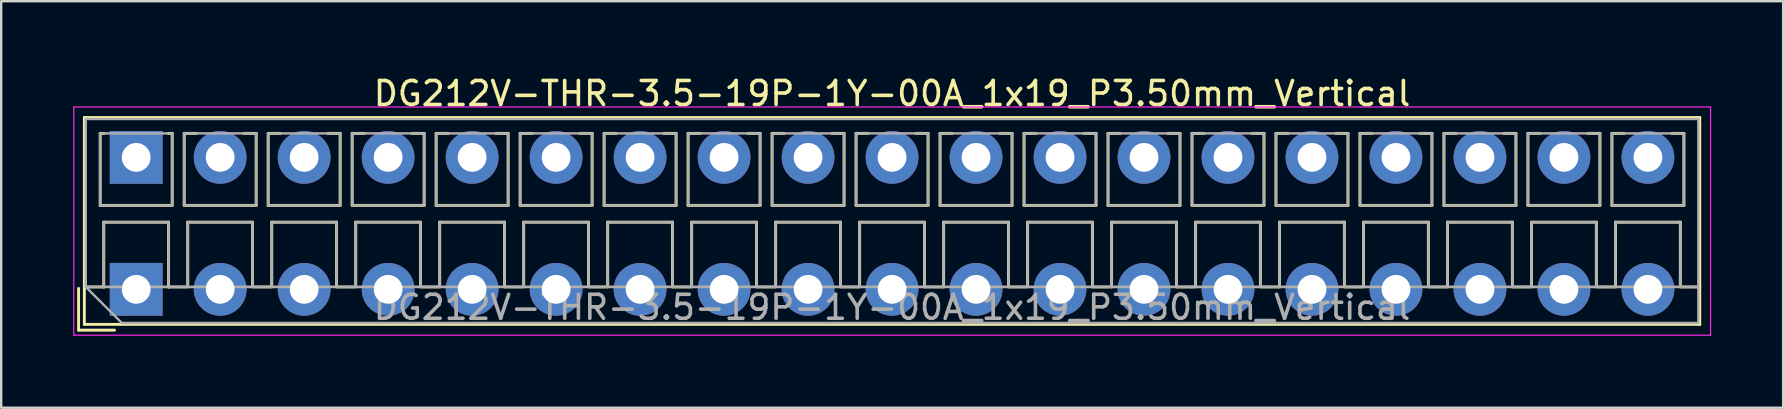
<source format=kicad_pcb>
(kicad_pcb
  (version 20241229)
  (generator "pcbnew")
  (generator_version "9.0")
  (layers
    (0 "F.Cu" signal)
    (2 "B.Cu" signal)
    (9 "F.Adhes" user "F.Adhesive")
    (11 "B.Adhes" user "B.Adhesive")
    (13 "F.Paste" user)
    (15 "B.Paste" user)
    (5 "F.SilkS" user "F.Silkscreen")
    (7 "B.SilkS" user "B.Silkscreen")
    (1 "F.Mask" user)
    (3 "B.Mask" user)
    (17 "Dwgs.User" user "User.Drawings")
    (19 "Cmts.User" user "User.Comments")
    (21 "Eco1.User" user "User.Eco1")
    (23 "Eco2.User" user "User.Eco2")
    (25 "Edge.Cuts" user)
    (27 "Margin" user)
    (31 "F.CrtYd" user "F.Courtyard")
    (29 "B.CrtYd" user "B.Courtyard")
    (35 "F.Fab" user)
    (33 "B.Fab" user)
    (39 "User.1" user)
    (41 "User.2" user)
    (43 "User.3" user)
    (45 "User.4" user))
  (footprint "DG212V-THR-3.5-19P-1Y-00A_1x19_P3.50mm_Vertical"
    (layer "F.Cu")
    (at 2.625 9.008)
    (property "Reference" "DG212V-THR-3.5-19P-1Y-00A_1x19_P3.50mm_Vertical" (at 31.5 -8.16 0) (layer "F.SilkS") (effects (font (size 1 1) (thickness 0.15))))
    (attr through_hole)
    (fp_line (start -2.4 -0.04) (end -2.4 1.7) (stroke (width 0.12) (type solid)) (layer "F.SilkS"))
    (fp_line (start -2.4 1.7) (end -0.9 1.7) (stroke (width 0.12) (type solid)) (layer "F.SilkS"))
    (fp_line (start -2.16 -7.16) (end -2.16 1.46) (stroke (width 0.12) (type solid)) (layer "F.SilkS"))
    (fp_line (start -2.16 -7.16) (end 65.161 -7.16) (stroke (width 0.12) (type solid)) (layer "F.SilkS"))
    (fp_line (start -2.16 -0.1) (end -1.34 -0.1) (stroke (width 0.12) (type solid)) (layer "F.SilkS"))
    (fp_line (start -2.16 1.46) (end 65.161 1.46) (stroke (width 0.12) (type solid)) (layer "F.SilkS"))
    (fp_line (start -1.5 -6.5) (end -1.5 -3.5) (stroke (width 0.12) (type solid)) (layer "F.SilkS"))
    (fp_line (start -1.5 -6.5) (end -1.34 -6.5) (stroke (width 0.12) (type solid)) (layer "F.SilkS"))
    (fp_line (start -1.5 -3.5) (end 1.5 -3.5) (stroke (width 0.12) (type solid)) (layer "F.SilkS"))
    (fp_line (start -1.35 -2.8) (end -1.35 -0.1) (stroke (width 0.12) (type solid)) (layer "F.SilkS"))
    (fp_line (start -1.35 -2.8) (end 1.35 -2.8) (stroke (width 0.12) (type solid)) (layer "F.SilkS"))
    (fp_line (start -1.35 -0.1) (end -1.34 -0.1) (stroke (width 0.12) (type solid)) (layer "F.SilkS"))
    (fp_line (start 1.34 -6.5) (end 1.5 -6.5) (stroke (width 0.12) (type solid)) (layer "F.SilkS"))
    (fp_line (start 1.34 -0.1) (end 1.35 -0.1) (stroke (width 0.12) (type solid)) (layer "F.SilkS"))
    (fp_line (start 1.34 -0.1) (end 2.148 -0.1) (stroke (width 0.12) (type solid)) (layer "F.SilkS"))
    (fp_line (start 1.35 -2.8) (end 1.35 -0.1) (stroke (width 0.12) (type solid)) (layer "F.SilkS"))
    (fp_line (start 1.5 -6.5) (end 1.5 -3.5) (stroke (width 0.12) (type solid)) (layer "F.SilkS"))
    (fp_line (start 2 -6.5) (end 2 -3.5) (stroke (width 0.12) (type solid)) (layer "F.SilkS"))
    (fp_line (start 2 -6.5) (end 2.512 -6.5) (stroke (width 0.12) (type solid)) (layer "F.SilkS"))
    (fp_line (start 2 -3.5) (end 5 -3.5) (stroke (width 0.12) (type solid)) (layer "F.SilkS"))
    (fp_line (start 2.15 -2.8) (end 2.15 -0.183) (stroke (width 0.12) (type solid)) (layer "F.SilkS"))
    (fp_line (start 2.15 -2.8) (end 4.85 -2.8) (stroke (width 0.12) (type solid)) (layer "F.SilkS"))
    (fp_line (start 4.489 -6.5) (end 5 -6.5) (stroke (width 0.12) (type solid)) (layer "F.SilkS"))
    (fp_line (start 4.85 -2.8) (end 4.85 -0.183) (stroke (width 0.12) (type solid)) (layer "F.SilkS"))
    (fp_line (start 4.853 -0.1) (end 5.648 -0.1) (stroke (width 0.12) (type solid)) (layer "F.SilkS"))
    (fp_line (start 5 -6.5) (end 5 -3.5) (stroke (width 0.12) (type solid)) (layer "F.SilkS"))
    (fp_line (start 5.5 -6.5) (end 5.5 -3.5) (stroke (width 0.12) (type solid)) (layer "F.SilkS"))
    (fp_line (start 5.5 -6.5) (end 6.012 -6.5) (stroke (width 0.12) (type solid)) (layer "F.SilkS"))
    (fp_line (start 5.5 -3.5) (end 8.5 -3.5) (stroke (width 0.12) (type solid)) (layer "F.SilkS"))
    (fp_line (start 5.65 -2.8) (end 5.65 -0.183) (stroke (width 0.12) (type solid)) (layer "F.SilkS"))
    (fp_line (start 5.65 -2.8) (end 8.351 -2.8) (stroke (width 0.12) (type solid)) (layer "F.SilkS"))
    (fp_line (start 7.989 -6.5) (end 8.5 -6.5) (stroke (width 0.12) (type solid)) (layer "F.SilkS"))
    (fp_line (start 8.351 -2.8) (end 8.351 -0.183) (stroke (width 0.12) (type solid)) (layer "F.SilkS"))
    (fp_line (start 8.353 -0.1) (end 9.148 -0.1) (stroke (width 0.12) (type solid)) (layer "F.SilkS"))
    (fp_line (start 8.5 -6.5) (end 8.5 -3.5) (stroke (width 0.12) (type solid)) (layer "F.SilkS"))
    (fp_line (start 9 -6.5) (end 9 -3.5) (stroke (width 0.12) (type solid)) (layer "F.SilkS"))
    (fp_line (start 9 -6.5) (end 9.512 -6.5) (stroke (width 0.12) (type solid)) (layer "F.SilkS"))
    (fp_line (start 9 -3.5) (end 12 -3.5) (stroke (width 0.12) (type solid)) (layer "F.SilkS"))
    (fp_line (start 9.15 -2.8) (end 9.15 -0.183) (stroke (width 0.12) (type solid)) (layer "F.SilkS"))
    (fp_line (start 9.15 -2.8) (end 11.851 -2.8) (stroke (width 0.12) (type solid)) (layer "F.SilkS"))
    (fp_line (start 11.489 -6.5) (end 12 -6.5) (stroke (width 0.12) (type solid)) (layer "F.SilkS"))
    (fp_line (start 11.851 -2.8) (end 11.851 -0.183) (stroke (width 0.12) (type solid)) (layer "F.SilkS"))
    (fp_line (start 11.853 -0.1) (end 12.648 -0.1) (stroke (width 0.12) (type solid)) (layer "F.SilkS"))
    (fp_line (start 12 -6.5) (end 12 -3.5) (stroke (width 0.12) (type solid)) (layer "F.SilkS"))
    (fp_line (start 12.5 -6.5) (end 12.5 -3.5) (stroke (width 0.12) (type solid)) (layer "F.SilkS"))
    (fp_line (start 12.5 -6.5) (end 13.012 -6.5) (stroke (width 0.12) (type solid)) (layer "F.SilkS"))
    (fp_line (start 12.5 -3.5) (end 15.5 -3.5) (stroke (width 0.12) (type solid)) (layer "F.SilkS"))
    (fp_line (start 12.65 -2.8) (end 12.65 -0.183) (stroke (width 0.12) (type solid)) (layer "F.SilkS"))
    (fp_line (start 12.65 -2.8) (end 15.351 -2.8) (stroke (width 0.12) (type solid)) (layer "F.SilkS"))
    (fp_line (start 14.989 -6.5) (end 15.5 -6.5) (stroke (width 0.12) (type solid)) (layer "F.SilkS"))
    (fp_line (start 15.351 -2.8) (end 15.351 -0.183) (stroke (width 0.12) (type solid)) (layer "F.SilkS"))
    (fp_line (start 15.353 -0.1) (end 16.148 -0.1) (stroke (width 0.12) (type solid)) (layer "F.SilkS"))
    (fp_line (start 15.5 -6.5) (end 15.5 -3.5) (stroke (width 0.12) (type solid)) (layer "F.SilkS"))
    (fp_line (start 16 -6.5) (end 16 -3.5) (stroke (width 0.12) (type solid)) (layer "F.SilkS"))
    (fp_line (start 16 -6.5) (end 16.512 -6.5) (stroke (width 0.12) (type solid)) (layer "F.SilkS"))
    (fp_line (start 16 -3.5) (end 19 -3.5) (stroke (width 0.12) (type solid)) (layer "F.SilkS"))
    (fp_line (start 16.15 -2.8) (end 16.15 -0.183) (stroke (width 0.12) (type solid)) (layer "F.SilkS"))
    (fp_line (start 16.15 -2.8) (end 18.85 -2.8) (stroke (width 0.12) (type solid)) (layer "F.SilkS"))
    (fp_line (start 18.489 -6.5) (end 19 -6.5) (stroke (width 0.12) (type solid)) (layer "F.SilkS"))
    (fp_line (start 18.85 -2.8) (end 18.85 -0.183) (stroke (width 0.12) (type solid)) (layer "F.SilkS"))
    (fp_line (start 18.853 -0.1) (end 19.648 -0.1) (stroke (width 0.12) (type solid)) (layer "F.SilkS"))
    (fp_line (start 19 -6.5) (end 19 -3.5) (stroke (width 0.12) (type solid)) (layer "F.SilkS"))
    (fp_line (start 19.5 -6.5) (end 19.5 -3.5) (stroke (width 0.12) (type solid)) (layer "F.SilkS"))
    (fp_line (start 19.5 -6.5) (end 20.012 -6.5) (stroke (width 0.12) (type solid)) (layer "F.SilkS"))
    (fp_line (start 19.5 -3.5) (end 22.5 -3.5) (stroke (width 0.12) (type solid)) (layer "F.SilkS"))
    (fp_line (start 19.65 -2.8) (end 19.65 -0.183) (stroke (width 0.12) (type solid)) (layer "F.SilkS"))
    (fp_line (start 19.65 -2.8) (end 22.35 -2.8) (stroke (width 0.12) (type solid)) (layer "F.SilkS"))
    (fp_line (start 21.989 -6.5) (end 22.5 -6.5) (stroke (width 0.12) (type solid)) (layer "F.SilkS"))
    (fp_line (start 22.35 -2.8) (end 22.35 -0.183) (stroke (width 0.12) (type solid)) (layer "F.SilkS"))
    (fp_line (start 22.353 -0.1) (end 23.148 -0.1) (stroke (width 0.12) (type solid)) (layer "F.SilkS"))
    (fp_line (start 22.5 -6.5) (end 22.5 -3.5) (stroke (width 0.12) (type solid)) (layer "F.SilkS"))
    (fp_line (start 23 -6.5) (end 23 -3.5) (stroke (width 0.12) (type solid)) (layer "F.SilkS"))
    (fp_line (start 23 -6.5) (end 23.512 -6.5) (stroke (width 0.12) (type solid)) (layer "F.SilkS"))
    (fp_line (start 23 -3.5) (end 26 -3.5) (stroke (width 0.12) (type solid)) (layer "F.SilkS"))
    (fp_line (start 23.15 -2.8) (end 23.15 -0.183) (stroke (width 0.12) (type solid)) (layer "F.SilkS"))
    (fp_line (start 23.15 -2.8) (end 25.85 -2.8) (stroke (width 0.12) (type solid)) (layer "F.SilkS"))
    (fp_line (start 25.489 -6.5) (end 26 -6.5) (stroke (width 0.12) (type solid)) (layer "F.SilkS"))
    (fp_line (start 25.85 -2.8) (end 25.85 -0.183) (stroke (width 0.12) (type solid)) (layer "F.SilkS"))
    (fp_line (start 25.853 -0.1) (end 26.648 -0.1) (stroke (width 0.12) (type solid)) (layer "F.SilkS"))
    (fp_line (start 26 -6.5) (end 26 -3.5) (stroke (width 0.12) (type solid)) (layer "F.SilkS"))
    (fp_line (start 26.5 -6.5) (end 26.5 -3.5) (stroke (width 0.12) (type solid)) (layer "F.SilkS"))
    (fp_line (start 26.5 -6.5) (end 27.012 -6.5) (stroke (width 0.12) (type solid)) (layer "F.SilkS"))
    (fp_line (start 26.5 -3.5) (end 29.5 -3.5) (stroke (width 0.12) (type solid)) (layer "F.SilkS"))
    (fp_line (start 26.65 -2.8) (end 26.65 -0.183) (stroke (width 0.12) (type solid)) (layer "F.SilkS"))
    (fp_line (start 26.65 -2.8) (end 29.35 -2.8) (stroke (width 0.12) (type solid)) (layer "F.SilkS"))
    (fp_line (start 28.989 -6.5) (end 29.5 -6.5) (stroke (width 0.12) (type solid)) (layer "F.SilkS"))
    (fp_line (start 29.35 -2.8) (end 29.35 -0.183) (stroke (width 0.12) (type solid)) (layer "F.SilkS"))
    (fp_line (start 29.353 -0.1) (end 30.148 -0.1) (stroke (width 0.12) (type solid)) (layer "F.SilkS"))
    (fp_line (start 29.5 -6.5) (end 29.5 -3.5) (stroke (width 0.12) (type solid)) (layer "F.SilkS"))
    (fp_line (start 30 -6.5) (end 30 -3.5) (stroke (width 0.12) (type solid)) (layer "F.SilkS"))
    (fp_line (start 30 -6.5) (end 30.512 -6.5) (stroke (width 0.12) (type solid)) (layer "F.SilkS"))
    (fp_line (start 30 -3.5) (end 33 -3.5) (stroke (width 0.12) (type solid)) (layer "F.SilkS"))
    (fp_line (start 30.15 -2.8) (end 30.15 -0.183) (stroke (width 0.12) (type solid)) (layer "F.SilkS"))
    (fp_line (start 30.15 -2.8) (end 32.85 -2.8) (stroke (width 0.12) (type solid)) (layer "F.SilkS"))
    (fp_line (start 32.489 -6.5) (end 33 -6.5) (stroke (width 0.12) (type solid)) (layer "F.SilkS"))
    (fp_line (start 32.85 -2.8) (end 32.85 -0.183) (stroke (width 0.12) (type solid)) (layer "F.SilkS"))
    (fp_line (start 32.853 -0.1) (end 33.648 -0.1) (stroke (width 0.12) (type solid)) (layer "F.SilkS"))
    (fp_line (start 33 -6.5) (end 33 -3.5) (stroke (width 0.12) (type solid)) (layer "F.SilkS"))
    (fp_line (start 33.5 -6.5) (end 33.5 -3.5) (stroke (width 0.12) (type solid)) (layer "F.SilkS"))
    (fp_line (start 33.5 -6.5) (end 34.012 -6.5) (stroke (width 0.12) (type solid)) (layer "F.SilkS"))
    (fp_line (start 33.5 -3.5) (end 36.5 -3.5) (stroke (width 0.12) (type solid)) (layer "F.SilkS"))
    (fp_line (start 33.65 -2.8) (end 33.65 -0.183) (stroke (width 0.12) (type solid)) (layer "F.SilkS"))
    (fp_line (start 33.65 -2.8) (end 36.35 -2.8) (stroke (width 0.12) (type solid)) (layer "F.SilkS"))
    (fp_line (start 35.989 -6.5) (end 36.5 -6.5) (stroke (width 0.12) (type solid)) (layer "F.SilkS"))
    (fp_line (start 36.35 -2.8) (end 36.35 -0.183) (stroke (width 0.12) (type solid)) (layer "F.SilkS"))
    (fp_line (start 36.353 -0.1) (end 37.148 -0.1) (stroke (width 0.12) (type solid)) (layer "F.SilkS"))
    (fp_line (start 36.5 -6.5) (end 36.5 -3.5) (stroke (width 0.12) (type solid)) (layer "F.SilkS"))
    (fp_line (start 37 -6.5) (end 37 -3.5) (stroke (width 0.12) (type solid)) (layer "F.SilkS"))
    (fp_line (start 37 -6.5) (end 37.512 -6.5) (stroke (width 0.12) (type solid)) (layer "F.SilkS"))
    (fp_line (start 37 -3.5) (end 40 -3.5) (stroke (width 0.12) (type solid)) (layer "F.SilkS"))
    (fp_line (start 37.15 -2.8) (end 37.15 -0.183) (stroke (width 0.12) (type solid)) (layer "F.SilkS"))
    (fp_line (start 37.15 -2.8) (end 39.85 -2.8) (stroke (width 0.12) (type solid)) (layer "F.SilkS"))
    (fp_line (start 39.489 -6.5) (end 40 -6.5) (stroke (width 0.12) (type solid)) (layer "F.SilkS"))
    (fp_line (start 39.85 -2.8) (end 39.85 -0.183) (stroke (width 0.12) (type solid)) (layer "F.SilkS"))
    (fp_line (start 39.853 -0.1) (end 40.648 -0.1) (stroke (width 0.12) (type solid)) (layer "F.SilkS"))
    (fp_line (start 40 -6.5) (end 40 -3.5) (stroke (width 0.12) (type solid)) (layer "F.SilkS"))
    (fp_line (start 40.5 -6.5) (end 40.5 -3.5) (stroke (width 0.12) (type solid)) (layer "F.SilkS"))
    (fp_line (start 40.5 -6.5) (end 41.012 -6.5) (stroke (width 0.12) (type solid)) (layer "F.SilkS"))
    (fp_line (start 40.5 -3.5) (end 43.5 -3.5) (stroke (width 0.12) (type solid)) (layer "F.SilkS"))
    (fp_line (start 40.65 -2.8) (end 40.65 -0.183) (stroke (width 0.12) (type solid)) (layer "F.SilkS"))
    (fp_line (start 40.65 -2.8) (end 43.35 -2.8) (stroke (width 0.12) (type solid)) (layer "F.SilkS"))
    (fp_line (start 42.989 -6.5) (end 43.5 -6.5) (stroke (width 0.12) (type solid)) (layer "F.SilkS"))
    (fp_line (start 43.35 -2.8) (end 43.35 -0.183) (stroke (width 0.12) (type solid)) (layer "F.SilkS"))
    (fp_line (start 43.353 -0.1) (end 44.148 -0.1) (stroke (width 0.12) (type solid)) (layer "F.SilkS"))
    (fp_line (start 43.5 -6.5) (end 43.5 -3.5) (stroke (width 0.12) (type solid)) (layer "F.SilkS"))
    (fp_line (start 44 -6.5) (end 44 -3.5) (stroke (width 0.12) (type solid)) (layer "F.SilkS"))
    (fp_line (start 44 -6.5) (end 44.512 -6.5) (stroke (width 0.12) (type solid)) (layer "F.SilkS"))
    (fp_line (start 44 -3.5) (end 47 -3.5) (stroke (width 0.12) (type solid)) (layer "F.SilkS"))
    (fp_line (start 44.15 -2.8) (end 44.15 -0.183) (stroke (width 0.12) (type solid)) (layer "F.SilkS"))
    (fp_line (start 44.15 -2.8) (end 46.85 -2.8) (stroke (width 0.12) (type solid)) (layer "F.SilkS"))
    (fp_line (start 46.489 -6.5) (end 47 -6.5) (stroke (width 0.12) (type solid)) (layer "F.SilkS"))
    (fp_line (start 46.85 -2.8) (end 46.85 -0.183) (stroke (width 0.12) (type solid)) (layer "F.SilkS"))
    (fp_line (start 46.853 -0.1) (end 47.648 -0.1) (stroke (width 0.12) (type solid)) (layer "F.SilkS"))
    (fp_line (start 47 -6.5) (end 47 -3.5) (stroke (width 0.12) (type solid)) (layer "F.SilkS"))
    (fp_line (start 47.5 -6.5) (end 47.5 -3.5) (stroke (width 0.12) (type solid)) (layer "F.SilkS"))
    (fp_line (start 47.5 -6.5) (end 48.012 -6.5) (stroke (width 0.12) (type solid)) (layer "F.SilkS"))
    (fp_line (start 47.5 -3.5) (end 50.5 -3.5) (stroke (width 0.12) (type solid)) (layer "F.SilkS"))
    (fp_line (start 47.65 -2.8) (end 47.65 -0.183) (stroke (width 0.12) (type solid)) (layer "F.SilkS"))
    (fp_line (start 47.65 -2.8) (end 50.35 -2.8) (stroke (width 0.12) (type solid)) (layer "F.SilkS"))
    (fp_line (start 49.989 -6.5) (end 50.5 -6.5) (stroke (width 0.12) (type solid)) (layer "F.SilkS"))
    (fp_line (start 50.35 -2.8) (end 50.35 -0.183) (stroke (width 0.12) (type solid)) (layer "F.SilkS"))
    (fp_line (start 50.353 -0.1) (end 51.148 -0.1) (stroke (width 0.12) (type solid)) (layer "F.SilkS"))
    (fp_line (start 50.5 -6.5) (end 50.5 -3.5) (stroke (width 0.12) (type solid)) (layer "F.SilkS"))
    (fp_line (start 51 -6.5) (end 51 -3.5) (stroke (width 0.12) (type solid)) (layer "F.SilkS"))
    (fp_line (start 51 -6.5) (end 51.512 -6.5) (stroke (width 0.12) (type solid)) (layer "F.SilkS"))
    (fp_line (start 51 -3.5) (end 54 -3.5) (stroke (width 0.12) (type solid)) (layer "F.SilkS"))
    (fp_line (start 51.15 -2.8) (end 51.15 -0.183) (stroke (width 0.12) (type solid)) (layer "F.SilkS"))
    (fp_line (start 51.15 -2.8) (end 53.85 -2.8) (stroke (width 0.12) (type solid)) (layer "F.SilkS"))
    (fp_line (start 53.489 -6.5) (end 54 -6.5) (stroke (width 0.12) (type solid)) (layer "F.SilkS"))
    (fp_line (start 53.85 -2.8) (end 53.85 -0.183) (stroke (width 0.12) (type solid)) (layer "F.SilkS"))
    (fp_line (start 53.853 -0.1) (end 54.648 -0.1) (stroke (width 0.12) (type solid)) (layer "F.SilkS"))
    (fp_line (start 54 -6.5) (end 54 -3.5) (stroke (width 0.12) (type solid)) (layer "F.SilkS"))
    (fp_line (start 54.5 -6.5) (end 54.5 -3.5) (stroke (width 0.12) (type solid)) (layer "F.SilkS"))
    (fp_line (start 54.5 -6.5) (end 55.012 -6.5) (stroke (width 0.12) (type solid)) (layer "F.SilkS"))
    (fp_line (start 54.5 -3.5) (end 57.5 -3.5) (stroke (width 0.12) (type solid)) (layer "F.SilkS"))
    (fp_line (start 54.65 -2.8) (end 54.65 -0.183) (stroke (width 0.12) (type solid)) (layer "F.SilkS"))
    (fp_line (start 54.65 -2.8) (end 57.35 -2.8) (stroke (width 0.12) (type solid)) (layer "F.SilkS"))
    (fp_line (start 56.989 -6.5) (end 57.5 -6.5) (stroke (width 0.12) (type solid)) (layer "F.SilkS"))
    (fp_line (start 57.35 -2.8) (end 57.35 -0.183) (stroke (width 0.12) (type solid)) (layer "F.SilkS"))
    (fp_line (start 57.353 -0.1) (end 58.148 -0.1) (stroke (width 0.12) (type solid)) (layer "F.SilkS"))
    (fp_line (start 57.5 -6.5) (end 57.5 -3.5) (stroke (width 0.12) (type solid)) (layer "F.SilkS"))
    (fp_line (start 58 -6.5) (end 58 -3.5) (stroke (width 0.12) (type solid)) (layer "F.SilkS"))
    (fp_line (start 58 -6.5) (end 58.512 -6.5) (stroke (width 0.12) (type solid)) (layer "F.SilkS"))
    (fp_line (start 58 -3.5) (end 61 -3.5) (stroke (width 0.12) (type solid)) (layer "F.SilkS"))
    (fp_line (start 58.15 -2.8) (end 58.15 -0.183) (stroke (width 0.12) (type solid)) (layer "F.SilkS"))
    (fp_line (start 58.15 -2.8) (end 60.85 -2.8) (stroke (width 0.12) (type solid)) (layer "F.SilkS"))
    (fp_line (start 60.489 -6.5) (end 61 -6.5) (stroke (width 0.12) (type solid)) (layer "F.SilkS"))
    (fp_line (start 60.85 -2.8) (end 60.85 -0.183) (stroke (width 0.12) (type solid)) (layer "F.SilkS"))
    (fp_line (start 60.853 -0.1) (end 61.648 -0.1) (stroke (width 0.12) (type solid)) (layer "F.SilkS"))
    (fp_line (start 61 -6.5) (end 61 -3.5) (stroke (width 0.12) (type solid)) (layer "F.SilkS"))
    (fp_line (start 61.5 -6.5) (end 61.5 -3.5) (stroke (width 0.12) (type solid)) (layer "F.SilkS"))
    (fp_line (start 61.5 -6.5) (end 62.012 -6.5) (stroke (width 0.12) (type solid)) (layer "F.SilkS"))
    (fp_line (start 61.5 -3.5) (end 64.5 -3.5) (stroke (width 0.12) (type solid)) (layer "F.SilkS"))
    (fp_line (start 61.65 -2.8) (end 61.65 -0.183) (stroke (width 0.12) (type solid)) (layer "F.SilkS"))
    (fp_line (start 61.65 -2.8) (end 64.35 -2.8) (stroke (width 0.12) (type solid)) (layer "F.SilkS"))
    (fp_line (start 63.989 -6.5) (end 64.5 -6.5) (stroke (width 0.12) (type solid)) (layer "F.SilkS"))
    (fp_line (start 64.35 -2.8) (end 64.35 -0.183) (stroke (width 0.12) (type solid)) (layer "F.SilkS"))
    (fp_line (start 64.353 -0.1) (end 65.161 -0.1) (stroke (width 0.12) (type solid)) (layer "F.SilkS"))
    (fp_line (start 64.5 -6.5) (end 64.5 -3.5) (stroke (width 0.12) (type solid)) (layer "F.SilkS"))
    (fp_line (start 65.161 -7.16) (end 65.161 1.46) (stroke (width 0.12) (type solid)) (layer "F.SilkS"))
    (fp_line (start -2.6 -7.6) (end -2.6 1.91) (stroke (width 0.05) (type solid)) (layer "F.CrtYd"))
    (fp_line (start -2.6 1.91) (end 65.61 1.91) (stroke (width 0.05) (type solid)) (layer "F.CrtYd"))
    (fp_line (start 65.61 -7.6) (end -2.6 -7.6) (stroke (width 0.05) (type solid)) (layer "F.CrtYd"))
    (fp_line (start 65.61 1.91) (end 65.61 -7.6) (stroke (width 0.05) (type solid)) (layer "F.CrtYd"))
    (fp_line (start -2.1 -7.1) (end 65.1 -7.1) (stroke (width 0.1) (type solid)) (layer "F.Fab"))
    (fp_line (start -2.1 -0.1) (end -2.1 -7.1) (stroke (width 0.1) (type solid)) (layer "F.Fab"))
    (fp_line (start -2.1 -0.1) (end 65.1 -0.1) (stroke (width 0.1) (type solid)) (layer "F.Fab"))
    (fp_line (start -1.5 -6.5) (end -1.5 -3.5) (stroke (width 0.1) (type solid)) (layer "F.Fab"))
    (fp_line (start -1.5 -3.5) (end 1.5 -3.5) (stroke (width 0.1) (type solid)) (layer "F.Fab"))
    (fp_line (start -1.35 -2.8) (end -1.35 -0.1) (stroke (width 0.1) (type solid)) (layer "F.Fab"))
    (fp_line (start -1.35 -0.1) (end 1.35 -0.1) (stroke (width 0.1) (type solid)) (layer "F.Fab"))
    (fp_line (start -0.6 1.4) (end -2.1 -0.1) (stroke (width 0.1) (type solid)) (layer "F.Fab"))
    (fp_line (start 1.35 -2.8) (end -1.35 -2.8) (stroke (width 0.1) (type solid)) (layer "F.Fab"))
    (fp_line (start 1.35 -0.1) (end 1.35 -2.8) (stroke (width 0.1) (type solid)) (layer "F.Fab"))
    (fp_line (start 1.5 -6.5) (end -1.5 -6.5) (stroke (width 0.1) (type solid)) (layer "F.Fab"))
    (fp_line (start 1.5 -3.5) (end 1.5 -6.5) (stroke (width 0.1) (type solid)) (layer "F.Fab"))
    (fp_line (start 2 -6.5) (end 2 -3.5) (stroke (width 0.1) (type solid)) (layer "F.Fab"))
    (fp_line (start 2 -3.5) (end 5 -3.5) (stroke (width 0.1) (type solid)) (layer "F.Fab"))
    (fp_line (start 2.15 -2.8) (end 2.15 -0.1) (stroke (width 0.1) (type solid)) (layer "F.Fab"))
    (fp_line (start 2.15 -0.1) (end 4.85 -0.1) (stroke (width 0.1) (type solid)) (layer "F.Fab"))
    (fp_line (start 4.85 -2.8) (end 2.15 -2.8) (stroke (width 0.1) (type solid)) (layer "F.Fab"))
    (fp_line (start 4.85 -0.1) (end 4.85 -2.8) (stroke (width 0.1) (type solid)) (layer "F.Fab"))
    (fp_line (start 5 -6.5) (end 2 -6.5) (stroke (width 0.1) (type solid)) (layer "F.Fab"))
    (fp_line (start 5 -3.5) (end 5 -6.5) (stroke (width 0.1) (type solid)) (layer "F.Fab"))
    (fp_line (start 5.5 -6.5) (end 5.5 -3.5) (stroke (width 0.1) (type solid)) (layer "F.Fab"))
    (fp_line (start 5.5 -3.5) (end 8.5 -3.5) (stroke (width 0.1) (type solid)) (layer "F.Fab"))
    (fp_line (start 5.65 -2.8) (end 5.65 -0.1) (stroke (width 0.1) (type solid)) (layer "F.Fab"))
    (fp_line (start 5.65 -0.1) (end 8.351 -0.1) (stroke (width 0.1) (type solid)) (layer "F.Fab"))
    (fp_line (start 8.351 -2.8) (end 5.65 -2.8) (stroke (width 0.1) (type solid)) (layer "F.Fab"))
    (fp_line (start 8.351 -0.1) (end 8.351 -2.8) (stroke (width 0.1) (type solid)) (layer "F.Fab"))
    (fp_line (start 8.5 -6.5) (end 5.5 -6.5) (stroke (width 0.1) (type solid)) (layer "F.Fab"))
    (fp_line (start 8.5 -3.5) (end 8.5 -6.5) (stroke (width 0.1) (type solid)) (layer "F.Fab"))
    (fp_line (start 9 -6.5) (end 9 -3.5) (stroke (width 0.1) (type solid)) (layer "F.Fab"))
    (fp_line (start 9 -3.5) (end 12 -3.5) (stroke (width 0.1) (type solid)) (layer "F.Fab"))
    (fp_line (start 9.15 -2.8) (end 9.15 -0.1) (stroke (width 0.1) (type solid)) (layer "F.Fab"))
    (fp_line (start 9.15 -0.1) (end 11.851 -0.1) (stroke (width 0.1) (type solid)) (layer "F.Fab"))
    (fp_line (start 11.851 -2.8) (end 9.15 -2.8) (stroke (width 0.1) (type solid)) (layer "F.Fab"))
    (fp_line (start 11.851 -0.1) (end 11.851 -2.8) (stroke (width 0.1) (type solid)) (layer "F.Fab"))
    (fp_line (start 12 -6.5) (end 9 -6.5) (stroke (width 0.1) (type solid)) (layer "F.Fab"))
    (fp_line (start 12 -3.5) (end 12 -6.5) (stroke (width 0.1) (type solid)) (layer "F.Fab"))
    (fp_line (start 12.5 -6.5) (end 12.5 -3.5) (stroke (width 0.1) (type solid)) (layer "F.Fab"))
    (fp_line (start 12.5 -3.5) (end 15.5 -3.5) (stroke (width 0.1) (type solid)) (layer "F.Fab"))
    (fp_line (start 12.65 -2.8) (end 12.65 -0.1) (stroke (width 0.1) (type solid)) (layer "F.Fab"))
    (fp_line (start 12.65 -0.1) (end 15.351 -0.1) (stroke (width 0.1) (type solid)) (layer "F.Fab"))
    (fp_line (start 15.351 -2.8) (end 12.65 -2.8) (stroke (width 0.1) (type solid)) (layer "F.Fab"))
    (fp_line (start 15.351 -0.1) (end 15.351 -2.8) (stroke (width 0.1) (type solid)) (layer "F.Fab"))
    (fp_line (start 15.5 -6.5) (end 12.5 -6.5) (stroke (width 0.1) (type solid)) (layer "F.Fab"))
    (fp_line (start 15.5 -3.5) (end 15.5 -6.5) (stroke (width 0.1) (type solid)) (layer "F.Fab"))
    (fp_line (start 16 -6.5) (end 16 -3.5) (stroke (width 0.1) (type solid)) (layer "F.Fab"))
    (fp_line (start 16 -3.5) (end 19 -3.5) (stroke (width 0.1) (type solid)) (layer "F.Fab"))
    (fp_line (start 16.15 -2.8) (end 16.15 -0.1) (stroke (width 0.1) (type solid)) (layer "F.Fab"))
    (fp_line (start 16.15 -0.1) (end 18.85 -0.1) (stroke (width 0.1) (type solid)) (layer "F.Fab"))
    (fp_line (start 18.85 -2.8) (end 16.15 -2.8) (stroke (width 0.1) (type solid)) (layer "F.Fab"))
    (fp_line (start 18.85 -0.1) (end 18.85 -2.8) (stroke (width 0.1) (type solid)) (layer "F.Fab"))
    (fp_line (start 19 -6.5) (end 16 -6.5) (stroke (width 0.1) (type solid)) (layer "F.Fab"))
    (fp_line (start 19 -3.5) (end 19 -6.5) (stroke (width 0.1) (type solid)) (layer "F.Fab"))
    (fp_line (start 19.5 -6.5) (end 19.5 -3.5) (stroke (width 0.1) (type solid)) (layer "F.Fab"))
    (fp_line (start 19.5 -3.5) (end 22.5 -3.5) (stroke (width 0.1) (type solid)) (layer "F.Fab"))
    (fp_line (start 19.65 -2.8) (end 19.65 -0.1) (stroke (width 0.1) (type solid)) (layer "F.Fab"))
    (fp_line (start 19.65 -0.1) (end 22.35 -0.1) (stroke (width 0.1) (type solid)) (layer "F.Fab"))
    (fp_line (start 22.35 -2.8) (end 19.65 -2.8) (stroke (width 0.1) (type solid)) (layer "F.Fab"))
    (fp_line (start 22.35 -0.1) (end 22.35 -2.8) (stroke (width 0.1) (type solid)) (layer "F.Fab"))
    (fp_line (start 22.5 -6.5) (end 19.5 -6.5) (stroke (width 0.1) (type solid)) (layer "F.Fab"))
    (fp_line (start 22.5 -3.5) (end 22.5 -6.5) (stroke (width 0.1) (type solid)) (layer "F.Fab"))
    (fp_line (start 23 -6.5) (end 23 -3.5) (stroke (width 0.1) (type solid)) (layer "F.Fab"))
    (fp_line (start 23 -3.5) (end 26 -3.5) (stroke (width 0.1) (type solid)) (layer "F.Fab"))
    (fp_line (start 23.15 -2.8) (end 23.15 -0.1) (stroke (width 0.1) (type solid)) (layer "F.Fab"))
    (fp_line (start 23.15 -0.1) (end 25.85 -0.1) (stroke (width 0.1) (type solid)) (layer "F.Fab"))
    (fp_line (start 25.85 -2.8) (end 23.15 -2.8) (stroke (width 0.1) (type solid)) (layer "F.Fab"))
    (fp_line (start 25.85 -0.1) (end 25.85 -2.8) (stroke (width 0.1) (type solid)) (layer "F.Fab"))
    (fp_line (start 26 -6.5) (end 23 -6.5) (stroke (width 0.1) (type solid)) (layer "F.Fab"))
    (fp_line (start 26 -3.5) (end 26 -6.5) (stroke (width 0.1) (type solid)) (layer "F.Fab"))
    (fp_line (start 26.5 -6.5) (end 26.5 -3.5) (stroke (width 0.1) (type solid)) (layer "F.Fab"))
    (fp_line (start 26.5 -3.5) (end 29.5 -3.5) (stroke (width 0.1) (type solid)) (layer "F.Fab"))
    (fp_line (start 26.65 -2.8) (end 26.65 -0.1) (stroke (width 0.1) (type solid)) (layer "F.Fab"))
    (fp_line (start 26.65 -0.1) (end 29.35 -0.1) (stroke (width 0.1) (type solid)) (layer "F.Fab"))
    (fp_line (start 29.35 -2.8) (end 26.65 -2.8) (stroke (width 0.1) (type solid)) (layer "F.Fab"))
    (fp_line (start 29.35 -0.1) (end 29.35 -2.8) (stroke (width 0.1) (type solid)) (layer "F.Fab"))
    (fp_line (start 29.5 -6.5) (end 26.5 -6.5) (stroke (width 0.1) (type solid)) (layer "F.Fab"))
    (fp_line (start 29.5 -3.5) (end 29.5 -6.5) (stroke (width 0.1) (type solid)) (layer "F.Fab"))
    (fp_line (start 30 -6.5) (end 30 -3.5) (stroke (width 0.1) (type solid)) (layer "F.Fab"))
    (fp_line (start 30 -3.5) (end 33 -3.5) (stroke (width 0.1) (type solid)) (layer "F.Fab"))
    (fp_line (start 30.15 -2.8) (end 30.15 -0.1) (stroke (width 0.1) (type solid)) (layer "F.Fab"))
    (fp_line (start 30.15 -0.1) (end 32.85 -0.1) (stroke (width 0.1) (type solid)) (layer "F.Fab"))
    (fp_line (start 32.85 -2.8) (end 30.15 -2.8) (stroke (width 0.1) (type solid)) (layer "F.Fab"))
    (fp_line (start 32.85 -0.1) (end 32.85 -2.8) (stroke (width 0.1) (type solid)) (layer "F.Fab"))
    (fp_line (start 33 -6.5) (end 30 -6.5) (stroke (width 0.1) (type solid)) (layer "F.Fab"))
    (fp_line (start 33 -3.5) (end 33 -6.5) (stroke (width 0.1) (type solid)) (layer "F.Fab"))
    (fp_line (start 33.5 -6.5) (end 33.5 -3.5) (stroke (width 0.1) (type solid)) (layer "F.Fab"))
    (fp_line (start 33.5 -3.5) (end 36.5 -3.5) (stroke (width 0.1) (type solid)) (layer "F.Fab"))
    (fp_line (start 33.65 -2.8) (end 33.65 -0.1) (stroke (width 0.1) (type solid)) (layer "F.Fab"))
    (fp_line (start 33.65 -0.1) (end 36.35 -0.1) (stroke (width 0.1) (type solid)) (layer "F.Fab"))
    (fp_line (start 36.35 -2.8) (end 33.65 -2.8) (stroke (width 0.1) (type solid)) (layer "F.Fab"))
    (fp_line (start 36.35 -0.1) (end 36.35 -2.8) (stroke (width 0.1) (type solid)) (layer "F.Fab"))
    (fp_line (start 36.5 -6.5) (end 33.5 -6.5) (stroke (width 0.1) (type solid)) (layer "F.Fab"))
    (fp_line (start 36.5 -3.5) (end 36.5 -6.5) (stroke (width 0.1) (type solid)) (layer "F.Fab"))
    (fp_line (start 37 -6.5) (end 37 -3.5) (stroke (width 0.1) (type solid)) (layer "F.Fab"))
    (fp_line (start 37 -3.5) (end 40 -3.5) (stroke (width 0.1) (type solid)) (layer "F.Fab"))
    (fp_line (start 37.15 -2.8) (end 37.15 -0.1) (stroke (width 0.1) (type solid)) (layer "F.Fab"))
    (fp_line (start 37.15 -0.1) (end 39.85 -0.1) (stroke (width 0.1) (type solid)) (layer "F.Fab"))
    (fp_line (start 39.85 -2.8) (end 37.15 -2.8) (stroke (width 0.1) (type solid)) (layer "F.Fab"))
    (fp_line (start 39.85 -0.1) (end 39.85 -2.8) (stroke (width 0.1) (type solid)) (layer "F.Fab"))
    (fp_line (start 40 -6.5) (end 37 -6.5) (stroke (width 0.1) (type solid)) (layer "F.Fab"))
    (fp_line (start 40 -3.5) (end 40 -6.5) (stroke (width 0.1) (type solid)) (layer "F.Fab"))
    (fp_line (start 40.5 -6.5) (end 40.5 -3.5) (stroke (width 0.1) (type solid)) (layer "F.Fab"))
    (fp_line (start 40.5 -3.5) (end 43.5 -3.5) (stroke (width 0.1) (type solid)) (layer "F.Fab"))
    (fp_line (start 40.65 -2.8) (end 40.65 -0.1) (stroke (width 0.1) (type solid)) (layer "F.Fab"))
    (fp_line (start 40.65 -0.1) (end 43.35 -0.1) (stroke (width 0.1) (type solid)) (layer "F.Fab"))
    (fp_line (start 43.35 -2.8) (end 40.65 -2.8) (stroke (width 0.1) (type solid)) (layer "F.Fab"))
    (fp_line (start 43.35 -0.1) (end 43.35 -2.8) (stroke (width 0.1) (type solid)) (layer "F.Fab"))
    (fp_line (start 43.5 -6.5) (end 40.5 -6.5) (stroke (width 0.1) (type solid)) (layer "F.Fab"))
    (fp_line (start 43.5 -3.5) (end 43.5 -6.5) (stroke (width 0.1) (type solid)) (layer "F.Fab"))
    (fp_line (start 44 -6.5) (end 44 -3.5) (stroke (width 0.1) (type solid)) (layer "F.Fab"))
    (fp_line (start 44 -3.5) (end 47 -3.5) (stroke (width 0.1) (type solid)) (layer "F.Fab"))
    (fp_line (start 44.15 -2.8) (end 44.15 -0.1) (stroke (width 0.1) (type solid)) (layer "F.Fab"))
    (fp_line (start 44.15 -0.1) (end 46.85 -0.1) (stroke (width 0.1) (type solid)) (layer "F.Fab"))
    (fp_line (start 46.85 -2.8) (end 44.15 -2.8) (stroke (width 0.1) (type solid)) (layer "F.Fab"))
    (fp_line (start 46.85 -0.1) (end 46.85 -2.8) (stroke (width 0.1) (type solid)) (layer "F.Fab"))
    (fp_line (start 47 -6.5) (end 44 -6.5) (stroke (width 0.1) (type solid)) (layer "F.Fab"))
    (fp_line (start 47 -3.5) (end 47 -6.5) (stroke (width 0.1) (type solid)) (layer "F.Fab"))
    (fp_line (start 47.5 -6.5) (end 47.5 -3.5) (stroke (width 0.1) (type solid)) (layer "F.Fab"))
    (fp_line (start 47.5 -3.5) (end 50.5 -3.5) (stroke (width 0.1) (type solid)) (layer "F.Fab"))
    (fp_line (start 47.65 -2.8) (end 47.65 -0.1) (stroke (width 0.1) (type solid)) (layer "F.Fab"))
    (fp_line (start 47.65 -0.1) (end 50.35 -0.1) (stroke (width 0.1) (type solid)) (layer "F.Fab"))
    (fp_line (start 50.35 -2.8) (end 47.65 -2.8) (stroke (width 0.1) (type solid)) (layer "F.Fab"))
    (fp_line (start 50.35 -0.1) (end 50.35 -2.8) (stroke (width 0.1) (type solid)) (layer "F.Fab"))
    (fp_line (start 50.5 -6.5) (end 47.5 -6.5) (stroke (width 0.1) (type solid)) (layer "F.Fab"))
    (fp_line (start 50.5 -3.5) (end 50.5 -6.5) (stroke (width 0.1) (type solid)) (layer "F.Fab"))
    (fp_line (start 51 -6.5) (end 51 -3.5) (stroke (width 0.1) (type solid)) (layer "F.Fab"))
    (fp_line (start 51 -3.5) (end 54 -3.5) (stroke (width 0.1) (type solid)) (layer "F.Fab"))
    (fp_line (start 51.15 -2.8) (end 51.15 -0.1) (stroke (width 0.1) (type solid)) (layer "F.Fab"))
    (fp_line (start 51.15 -0.1) (end 53.85 -0.1) (stroke (width 0.1) (type solid)) (layer "F.Fab"))
    (fp_line (start 53.85 -2.8) (end 51.15 -2.8) (stroke (width 0.1) (type solid)) (layer "F.Fab"))
    (fp_line (start 53.85 -0.1) (end 53.85 -2.8) (stroke (width 0.1) (type solid)) (layer "F.Fab"))
    (fp_line (start 54 -6.5) (end 51 -6.5) (stroke (width 0.1) (type solid)) (layer "F.Fab"))
    (fp_line (start 54 -3.5) (end 54 -6.5) (stroke (width 0.1) (type solid)) (layer "F.Fab"))
    (fp_line (start 54.5 -6.5) (end 54.5 -3.5) (stroke (width 0.1) (type solid)) (layer "F.Fab"))
    (fp_line (start 54.5 -3.5) (end 57.5 -3.5) (stroke (width 0.1) (type solid)) (layer "F.Fab"))
    (fp_line (start 54.65 -2.8) (end 54.65 -0.1) (stroke (width 0.1) (type solid)) (layer "F.Fab"))
    (fp_line (start 54.65 -0.1) (end 57.35 -0.1) (stroke (width 0.1) (type solid)) (layer "F.Fab"))
    (fp_line (start 57.35 -2.8) (end 54.65 -2.8) (stroke (width 0.1) (type solid)) (layer "F.Fab"))
    (fp_line (start 57.35 -0.1) (end 57.35 -2.8) (stroke (width 0.1) (type solid)) (layer "F.Fab"))
    (fp_line (start 57.5 -6.5) (end 54.5 -6.5) (stroke (width 0.1) (type solid)) (layer "F.Fab"))
    (fp_line (start 57.5 -3.5) (end 57.5 -6.5) (stroke (width 0.1) (type solid)) (layer "F.Fab"))
    (fp_line (start 58 -6.5) (end 58 -3.5) (stroke (width 0.1) (type solid)) (layer "F.Fab"))
    (fp_line (start 58 -3.5) (end 61 -3.5) (stroke (width 0.1) (type solid)) (layer "F.Fab"))
    (fp_line (start 58.15 -2.8) (end 58.15 -0.1) (stroke (width 0.1) (type solid)) (layer "F.Fab"))
    (fp_line (start 58.15 -0.1) (end 60.85 -0.1) (stroke (width 0.1) (type solid)) (layer "F.Fab"))
    (fp_line (start 60.85 -2.8) (end 58.15 -2.8) (stroke (width 0.1) (type solid)) (layer "F.Fab"))
    (fp_line (start 60.85 -0.1) (end 60.85 -2.8) (stroke (width 0.1) (type solid)) (layer "F.Fab"))
    (fp_line (start 61 -6.5) (end 58 -6.5) (stroke (width 0.1) (type solid)) (layer "F.Fab"))
    (fp_line (start 61 -3.5) (end 61 -6.5) (stroke (width 0.1) (type solid)) (layer "F.Fab"))
    (fp_line (start 61.5 -6.5) (end 61.5 -3.5) (stroke (width 0.1) (type solid)) (layer "F.Fab"))
    (fp_line (start 61.5 -3.5) (end 64.5 -3.5) (stroke (width 0.1) (type solid)) (layer "F.Fab"))
    (fp_line (start 61.65 -2.8) (end 61.65 -0.1) (stroke (width 0.1) (type solid)) (layer "F.Fab"))
    (fp_line (start 61.65 -0.1) (end 64.35 -0.1) (stroke (width 0.1) (type solid)) (layer "F.Fab"))
    (fp_line (start 64.35 -2.8) (end 61.65 -2.8) (stroke (width 0.1) (type solid)) (layer "F.Fab"))
    (fp_line (start 64.35 -0.1) (end 64.35 -2.8) (stroke (width 0.1) (type solid)) (layer "F.Fab"))
    (fp_line (start 64.5 -6.5) (end 61.5 -6.5) (stroke (width 0.1) (type solid)) (layer "F.Fab"))
    (fp_line (start 64.5 -3.5) (end 64.5 -6.5) (stroke (width 0.1) (type solid)) (layer "F.Fab"))
    (fp_line (start 65.1 -7.1) (end 65.1 1.4) (stroke (width 0.1) (type solid)) (layer "F.Fab"))
    (fp_line (start 65.1 1.4) (end -0.6 1.4) (stroke (width 0.1) (type solid)) (layer "F.Fab"))
    (fp_text user "${REFERENCE}" (at 31.5 0.75 0) (layer "F.Fab") (effects (font (size 1 1) (thickness 0.15))))
    (pad "1" thru_hole rect (at 0 -5.5) (size 2.2 2.2) (drill 1.2) (layers "*.Cu" "*.Mask"))
    (pad "1" thru_hole rect (at 0 0) (size 2.2 2.2) (drill 1.2) (layers "*.Cu" "*.Mask"))
    (pad "2" thru_hole circle (at 3.5 -5.5) (size 2.2 2.2) (drill 1.2) (layers "*.Cu" "*.Mask"))
    (pad "2" thru_hole circle (at 3.5 0) (size 2.2 2.2) (drill 1.2) (layers "*.Cu" "*.Mask"))
    (pad "3" thru_hole circle (at 7 -5.5) (size 2.2 2.2) (drill 1.2) (layers "*.Cu" "*.Mask"))
    (pad "3" thru_hole circle (at 7 0) (size 2.2 2.2) (drill 1.2) (layers "*.Cu" "*.Mask"))
    (pad "4" thru_hole circle (at 10.5 -5.5) (size 2.2 2.2) (drill 1.2) (layers "*.Cu" "*.Mask"))
    (pad "4" thru_hole circle (at 10.5 0) (size 2.2 2.2) (drill 1.2) (layers "*.Cu" "*.Mask"))
    (pad "5" thru_hole circle (at 14 -5.5) (size 2.2 2.2) (drill 1.2) (layers "*.Cu" "*.Mask"))
    (pad "5" thru_hole circle (at 14 0) (size 2.2 2.2) (drill 1.2) (layers "*.Cu" "*.Mask"))
    (pad "6" thru_hole circle (at 17.5 -5.5) (size 2.2 2.2) (drill 1.2) (layers "*.Cu" "*.Mask"))
    (pad "6" thru_hole circle (at 17.5 0) (size 2.2 2.2) (drill 1.2) (layers "*.Cu" "*.Mask"))
    (pad "7" thru_hole circle (at 21 -5.5) (size 2.2 2.2) (drill 1.2) (layers "*.Cu" "*.Mask"))
    (pad "7" thru_hole circle (at 21 0) (size 2.2 2.2) (drill 1.2) (layers "*.Cu" "*.Mask"))
    (pad "8" thru_hole circle (at 24.5 -5.5) (size 2.2 2.2) (drill 1.2) (layers "*.Cu" "*.Mask"))
    (pad "8" thru_hole circle (at 24.5 0) (size 2.2 2.2) (drill 1.2) (layers "*.Cu" "*.Mask"))
    (pad "9" thru_hole circle (at 28 -5.5) (size 2.2 2.2) (drill 1.2) (layers "*.Cu" "*.Mask"))
    (pad "9" thru_hole circle (at 28 0) (size 2.2 2.2) (drill 1.2) (layers "*.Cu" "*.Mask"))
    (pad "10" thru_hole circle (at 31.5 -5.5) (size 2.2 2.2) (drill 1.2) (layers "*.Cu" "*.Mask"))
    (pad "10" thru_hole circle (at 31.5 0) (size 2.2 2.2) (drill 1.2) (layers "*.Cu" "*.Mask"))
    (pad "11" thru_hole circle (at 35 -5.5) (size 2.2 2.2) (drill 1.2) (layers "*.Cu" "*.Mask"))
    (pad "11" thru_hole circle (at 35 0) (size 2.2 2.2) (drill 1.2) (layers "*.Cu" "*.Mask"))
    (pad "12" thru_hole circle (at 38.5 -5.5) (size 2.2 2.2) (drill 1.2) (layers "*.Cu" "*.Mask"))
    (pad "12" thru_hole circle (at 38.5 0) (size 2.2 2.2) (drill 1.2) (layers "*.Cu" "*.Mask"))
    (pad "13" thru_hole circle (at 42 -5.5) (size 2.2 2.2) (drill 1.2) (layers "*.Cu" "*.Mask"))
    (pad "13" thru_hole circle (at 42 0) (size 2.2 2.2) (drill 1.2) (layers "*.Cu" "*.Mask"))
    (pad "14" thru_hole circle (at 45.5 -5.5) (size 2.2 2.2) (drill 1.2) (layers "*.Cu" "*.Mask"))
    (pad "14" thru_hole circle (at 45.5 0) (size 2.2 2.2) (drill 1.2) (layers "*.Cu" "*.Mask"))
    (pad "15" thru_hole circle (at 49 -5.5) (size 2.2 2.2) (drill 1.2) (layers "*.Cu" "*.Mask"))
    (pad "15" thru_hole circle (at 49 0) (size 2.2 2.2) (drill 1.2) (layers "*.Cu" "*.Mask"))
    (pad "16" thru_hole circle (at 52.5 -5.5) (size 2.2 2.2) (drill 1.2) (layers "*.Cu" "*.Mask"))
    (pad "16" thru_hole circle (at 52.5 0) (size 2.2 2.2) (drill 1.2) (layers "*.Cu" "*.Mask"))
    (pad "17" thru_hole circle (at 56 -5.5) (size 2.2 2.2) (drill 1.2) (layers "*.Cu" "*.Mask"))
    (pad "17" thru_hole circle (at 56 0) (size 2.2 2.2) (drill 1.2) (layers "*.Cu" "*.Mask"))
    (pad "18" thru_hole circle (at 59.5 -5.5) (size 2.2 2.2) (drill 1.2) (layers "*.Cu" "*.Mask"))
    (pad "18" thru_hole circle (at 59.5 0) (size 2.2 2.2) (drill 1.2) (layers "*.Cu" "*.Mask"))
    (pad "19" thru_hole circle (at 63 -5.5) (size 2.2 2.2) (drill 1.2) (layers "*.Cu" "*.Mask"))
    (pad "19" thru_hole circle (at 63 0) (size 2.2 2.2) (drill 1.2) (layers "*.Cu" "*.Mask")))
  (gr_rect
    (start -3 -3)
    (end 71.26 13.943)
    (stroke (width 0.1) (type default))
    (fill no)
    (layer "Edge.Cuts")))
</source>
